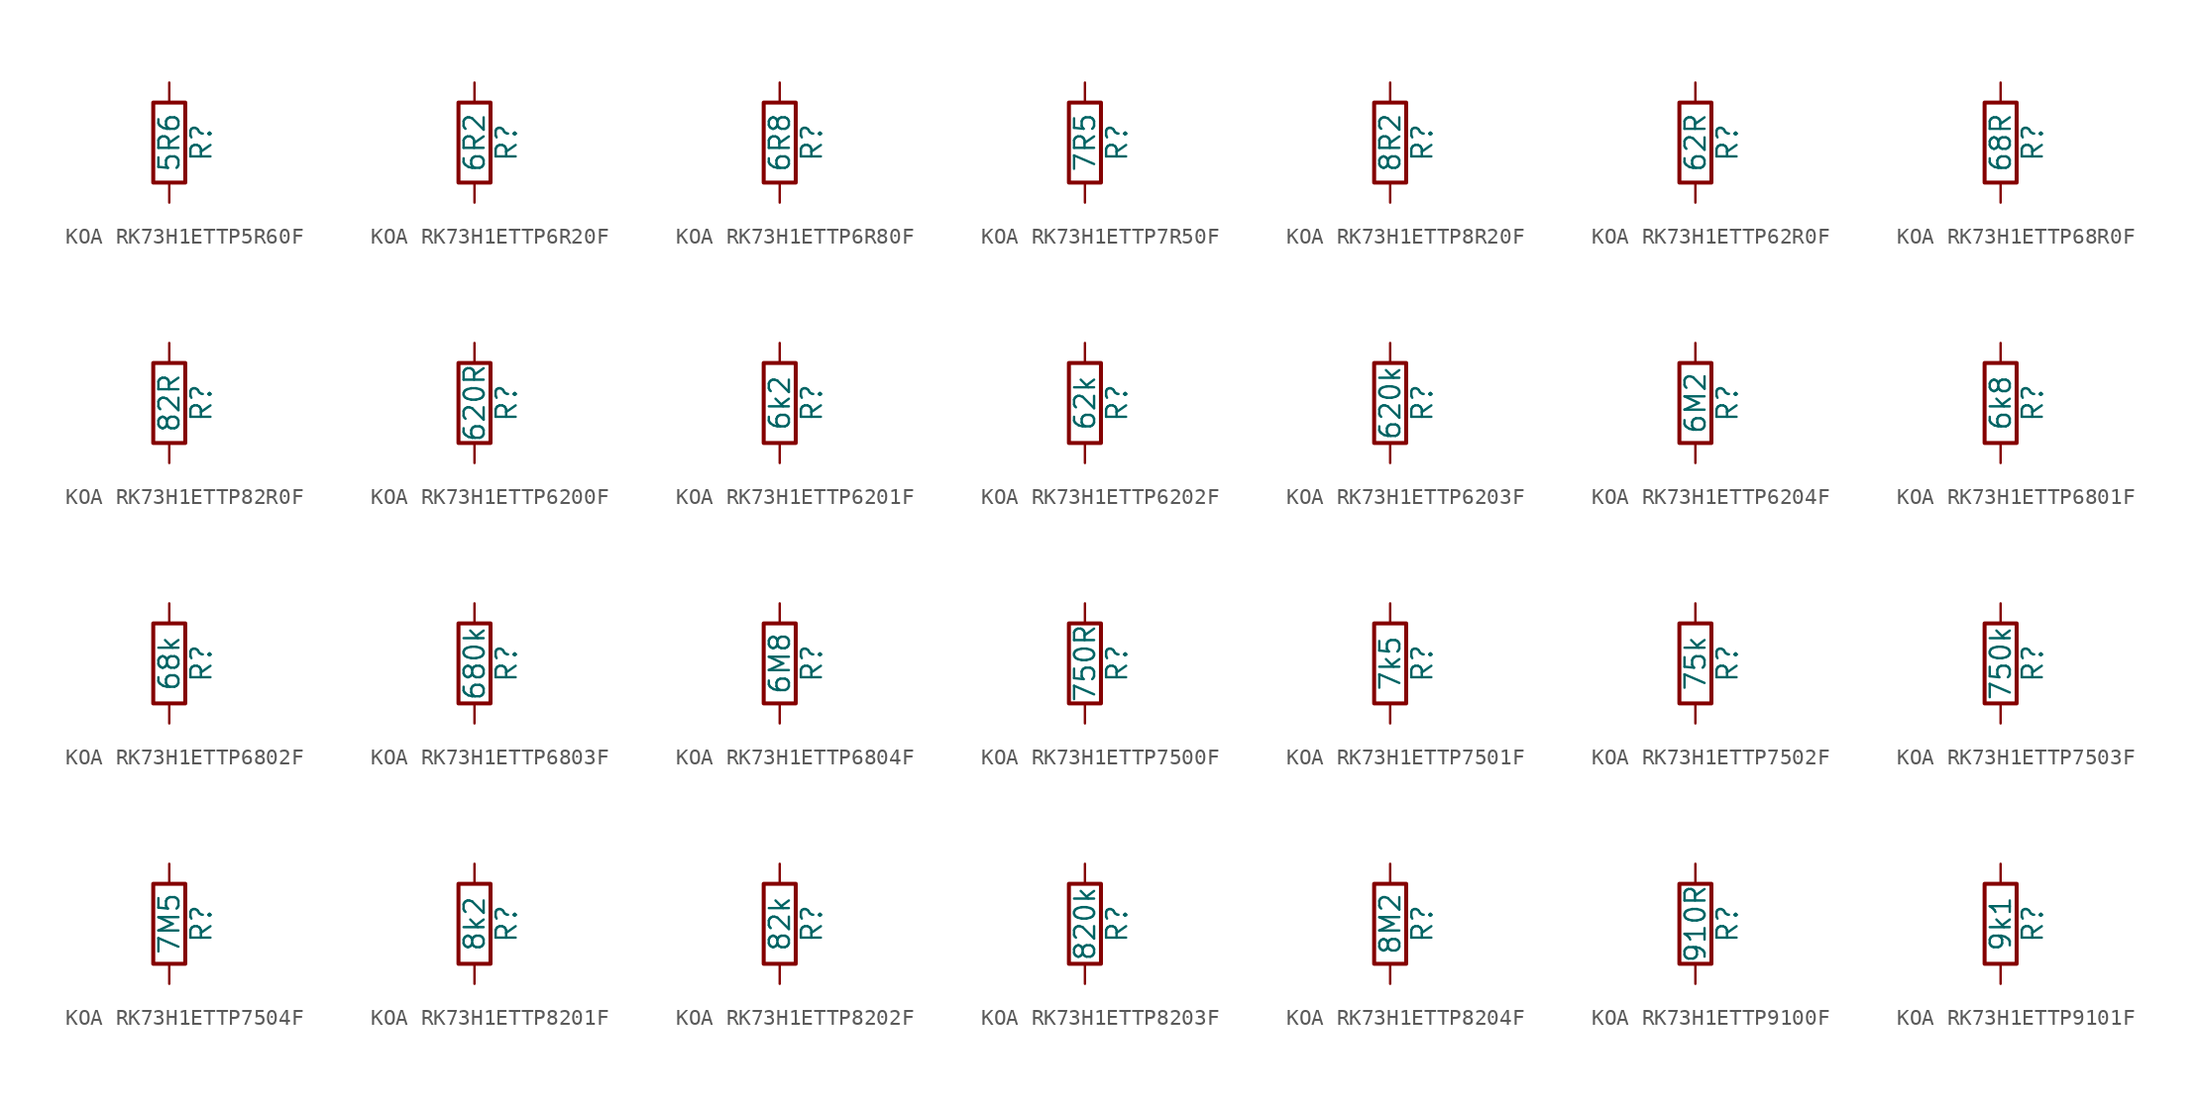
<source format=kicad_sym>
(kicad_symbol_lib
  (version 20220914)
  (generator kicad_symbol_editor)
  (symbol "KOA RK73H1ETTP5R60F"
    (pin_numbers hide)
    (pin_names
      (offset 0))
    (property "Reference" "R"
      (at 2.032 0 90)
      (effects (font (size 1.27 1.27))))
    (property "Value" "5R6"
      (at 0 0 90)
      (effects (font (size 1.27 1.27))))
    (symbol "KOA RK73H1ETTP5R60F_0_1"
      (rectangle (start -1.016 -2.54) (end 1.016 2.54) (stroke (width 0.254) (type default)) (fill (type none))))
    (symbol "KOA RK73H1ETTP5R60F_1_1"
      (pin passive line (at 0 3.81 270) (length 1.27) (name "~" (effects (font (size 1.27 1.27)))) (number "1" (effects (font (size 1.27 1.27)))))
      (pin passive line (at 0 -3.81 90) (length 1.27) (name "~" (effects (font (size 1.27 1.27)))) (number "2" (effects (font (size 1.27 1.27)))))))
  (symbol "KOA RK73H1ETTP6R20F"
    (pin_numbers hide)
    (pin_names
      (offset 0))
    (property "Reference" "R"
      (at 2.032 0 90)
      (effects (font (size 1.27 1.27))))
    (property "Value" "6R2"
      (at 0 0 90)
      (effects (font (size 1.27 1.27))))
    (symbol "KOA RK73H1ETTP6R20F_0_1"
      (rectangle (start -1.016 -2.54) (end 1.016 2.54) (stroke (width 0.254) (type default)) (fill (type none))))
    (symbol "KOA RK73H1ETTP6R20F_1_1"
      (pin passive line (at 0 3.81 270) (length 1.27) (name "~" (effects (font (size 1.27 1.27)))) (number "1" (effects (font (size 1.27 1.27)))))
      (pin passive line (at 0 -3.81 90) (length 1.27) (name "~" (effects (font (size 1.27 1.27)))) (number "2" (effects (font (size 1.27 1.27)))))))
  (symbol "KOA RK73H1ETTP6R80F"
    (pin_numbers hide)
    (pin_names
      (offset 0))
    (property "Reference" "R"
      (at 2.032 0 90)
      (effects (font (size 1.27 1.27))))
    (property "Value" "6R8"
      (at 0 0 90)
      (effects (font (size 1.27 1.27))))
    (symbol "KOA RK73H1ETTP6R80F_0_1"
      (rectangle (start -1.016 -2.54) (end 1.016 2.54) (stroke (width 0.254) (type default)) (fill (type none))))
    (symbol "KOA RK73H1ETTP6R80F_1_1"
      (pin passive line (at 0 3.81 270) (length 1.27) (name "~" (effects (font (size 1.27 1.27)))) (number "1" (effects (font (size 1.27 1.27)))))
      (pin passive line (at 0 -3.81 90) (length 1.27) (name "~" (effects (font (size 1.27 1.27)))) (number "2" (effects (font (size 1.27 1.27)))))))
  (symbol "KOA RK73H1ETTP7R50F"
    (pin_numbers hide)
    (pin_names
      (offset 0))
    (property "Reference" "R"
      (at 2.032 0 90)
      (effects (font (size 1.27 1.27))))
    (property "Value" "7R5"
      (at 0 0 90)
      (effects (font (size 1.27 1.27))))
    (symbol "KOA RK73H1ETTP7R50F_0_1"
      (rectangle (start -1.016 -2.54) (end 1.016 2.54) (stroke (width 0.254) (type default)) (fill (type none))))
    (symbol "KOA RK73H1ETTP7R50F_1_1"
      (pin passive line (at 0 3.81 270) (length 1.27) (name "~" (effects (font (size 1.27 1.27)))) (number "1" (effects (font (size 1.27 1.27)))))
      (pin passive line (at 0 -3.81 90) (length 1.27) (name "~" (effects (font (size 1.27 1.27)))) (number "2" (effects (font (size 1.27 1.27)))))))
  (symbol "KOA RK73H1ETTP8R20F"
    (pin_numbers hide)
    (pin_names
      (offset 0))
    (property "Reference" "R"
      (at 2.032 0 90)
      (effects (font (size 1.27 1.27))))
    (property "Value" "8R2"
      (at 0 0 90)
      (effects (font (size 1.27 1.27))))
    (symbol "KOA RK73H1ETTP8R20F_0_1"
      (rectangle (start -1.016 -2.54) (end 1.016 2.54) (stroke (width 0.254) (type default)) (fill (type none))))
    (symbol "KOA RK73H1ETTP8R20F_1_1"
      (pin passive line (at 0 3.81 270) (length 1.27) (name "~" (effects (font (size 1.27 1.27)))) (number "1" (effects (font (size 1.27 1.27)))))
      (pin passive line (at 0 -3.81 90) (length 1.27) (name "~" (effects (font (size 1.27 1.27)))) (number "2" (effects (font (size 1.27 1.27)))))))
  (symbol "KOA RK73H1ETTP62R0F"
    (pin_numbers hide)
    (pin_names
      (offset 0))
    (property "Reference" "R"
      (at 2.032 0 90)
      (effects (font (size 1.27 1.27))))
    (property "Value" "62R"
      (at 0 0 90)
      (effects (font (size 1.27 1.27))))
    (symbol "KOA RK73H1ETTP62R0F_0_1"
      (rectangle (start -1.016 -2.54) (end 1.016 2.54) (stroke (width 0.254) (type default)) (fill (type none))))
    (symbol "KOA RK73H1ETTP62R0F_1_1"
      (pin passive line (at 0 3.81 270) (length 1.27) (name "~" (effects (font (size 1.27 1.27)))) (number "1" (effects (font (size 1.27 1.27)))))
      (pin passive line (at 0 -3.81 90) (length 1.27) (name "~" (effects (font (size 1.27 1.27)))) (number "2" (effects (font (size 1.27 1.27)))))))
  (symbol "KOA RK73H1ETTP68R0F"
    (pin_numbers hide)
    (pin_names
      (offset 0))
    (property "Reference" "R"
      (at 2.032 0 90)
      (effects (font (size 1.27 1.27))))
    (property "Value" "68R"
      (at 0 0 90)
      (effects (font (size 1.27 1.27))))
    (symbol "KOA RK73H1ETTP68R0F_0_1"
      (rectangle (start -1.016 -2.54) (end 1.016 2.54) (stroke (width 0.254) (type default)) (fill (type none))))
    (symbol "KOA RK73H1ETTP68R0F_1_1"
      (pin passive line (at 0 3.81 270) (length 1.27) (name "~" (effects (font (size 1.27 1.27)))) (number "1" (effects (font (size 1.27 1.27)))))
      (pin passive line (at 0 -3.81 90) (length 1.27) (name "~" (effects (font (size 1.27 1.27)))) (number "2" (effects (font (size 1.27 1.27)))))))
  (symbol "KOA RK73H1ETTP82R0F"
    (pin_numbers hide)
    (pin_names
      (offset 0))
    (property "Reference" "R"
      (at 2.032 0 90)
      (effects (font (size 1.27 1.27))))
    (property "Value" "82R"
      (at 0 0 90)
      (effects (font (size 1.27 1.27))))
    (symbol "KOA RK73H1ETTP82R0F_0_1"
      (rectangle (start -1.016 -2.54) (end 1.016 2.54) (stroke (width 0.254) (type default)) (fill (type none))))
    (symbol "KOA RK73H1ETTP82R0F_1_1"
      (pin passive line (at 0 3.81 270) (length 1.27) (name "~" (effects (font (size 1.27 1.27)))) (number "1" (effects (font (size 1.27 1.27)))))
      (pin passive line (at 0 -3.81 90) (length 1.27) (name "~" (effects (font (size 1.27 1.27)))) (number "2" (effects (font (size 1.27 1.27)))))))
  (symbol "KOA RK73H1ETTP6200F"
    (pin_numbers hide)
    (pin_names
      (offset 0))
    (property "Reference" "R"
      (at 2.032 0 90)
      (effects (font (size 1.27 1.27))))
    (property "Value" "620R"
      (at 0 0 90)
      (effects (font (size 1.27 1.27))))
    (symbol "KOA RK73H1ETTP6200F_0_1"
      (rectangle (start -1.016 -2.54) (end 1.016 2.54) (stroke (width 0.254) (type default)) (fill (type none))))
    (symbol "KOA RK73H1ETTP6200F_1_1"
      (pin passive line (at 0 3.81 270) (length 1.27) (name "~" (effects (font (size 1.27 1.27)))) (number "1" (effects (font (size 1.27 1.27)))))
      (pin passive line (at 0 -3.81 90) (length 1.27) (name "~" (effects (font (size 1.27 1.27)))) (number "2" (effects (font (size 1.27 1.27)))))))
  (symbol "KOA RK73H1ETTP6201F"
    (pin_numbers hide)
    (pin_names
      (offset 0))
    (property "Reference" "R"
      (at 2.032 0 90)
      (effects (font (size 1.27 1.27))))
    (property "Value" "6k2"
      (at 0 0 90)
      (effects (font (size 1.27 1.27))))
    (symbol "KOA RK73H1ETTP6201F_0_1"
      (rectangle (start -1.016 -2.54) (end 1.016 2.54) (stroke (width 0.254) (type default)) (fill (type none))))
    (symbol "KOA RK73H1ETTP6201F_1_1"
      (pin passive line (at 0 3.81 270) (length 1.27) (name "~" (effects (font (size 1.27 1.27)))) (number "1" (effects (font (size 1.27 1.27)))))
      (pin passive line (at 0 -3.81 90) (length 1.27) (name "~" (effects (font (size 1.27 1.27)))) (number "2" (effects (font (size 1.27 1.27)))))))
  (symbol "KOA RK73H1ETTP6202F"
    (pin_numbers hide)
    (pin_names
      (offset 0))
    (property "Reference" "R"
      (at 2.032 0 90)
      (effects (font (size 1.27 1.27))))
    (property "Value" "62k"
      (at 0 0 90)
      (effects (font (size 1.27 1.27))))
    (symbol "KOA RK73H1ETTP6202F_0_1"
      (rectangle (start -1.016 -2.54) (end 1.016 2.54) (stroke (width 0.254) (type default)) (fill (type none))))
    (symbol "KOA RK73H1ETTP6202F_1_1"
      (pin passive line (at 0 3.81 270) (length 1.27) (name "~" (effects (font (size 1.27 1.27)))) (number "1" (effects (font (size 1.27 1.27)))))
      (pin passive line (at 0 -3.81 90) (length 1.27) (name "~" (effects (font (size 1.27 1.27)))) (number "2" (effects (font (size 1.27 1.27)))))))
  (symbol "KOA RK73H1ETTP6203F"
    (pin_numbers hide)
    (pin_names
      (offset 0))
    (property "Reference" "R"
      (at 2.032 0 90)
      (effects (font (size 1.27 1.27))))
    (property "Value" "620k"
      (at 0 0 90)
      (effects (font (size 1.27 1.27))))
    (symbol "KOA RK73H1ETTP6203F_0_1"
      (rectangle (start -1.016 -2.54) (end 1.016 2.54) (stroke (width 0.254) (type default)) (fill (type none))))
    (symbol "KOA RK73H1ETTP6203F_1_1"
      (pin passive line (at 0 3.81 270) (length 1.27) (name "~" (effects (font (size 1.27 1.27)))) (number "1" (effects (font (size 1.27 1.27)))))
      (pin passive line (at 0 -3.81 90) (length 1.27) (name "~" (effects (font (size 1.27 1.27)))) (number "2" (effects (font (size 1.27 1.27)))))))
  (symbol "KOA RK73H1ETTP6204F"
    (pin_numbers hide)
    (pin_names
      (offset 0))
    (property "Reference" "R"
      (at 2.032 0 90)
      (effects (font (size 1.27 1.27))))
    (property "Value" "6M2"
      (at 0 0 90)
      (effects (font (size 1.27 1.27))))
    (symbol "KOA RK73H1ETTP6204F_0_1"
      (rectangle (start -1.016 -2.54) (end 1.016 2.54) (stroke (width 0.254) (type default)) (fill (type none))))
    (symbol "KOA RK73H1ETTP6204F_1_1"
      (pin passive line (at 0 3.81 270) (length 1.27) (name "~" (effects (font (size 1.27 1.27)))) (number "1" (effects (font (size 1.27 1.27)))))
      (pin passive line (at 0 -3.81 90) (length 1.27) (name "~" (effects (font (size 1.27 1.27)))) (number "2" (effects (font (size 1.27 1.27)))))))
  (symbol "KOA RK73H1ETTP6801F"
    (pin_numbers hide)
    (pin_names
      (offset 0))
    (property "Reference" "R"
      (at 2.032 0 90)
      (effects (font (size 1.27 1.27))))
    (property "Value" "6k8"
      (at 0 0 90)
      (effects (font (size 1.27 1.27))))
    (symbol "KOA RK73H1ETTP6801F_0_1"
      (rectangle (start -1.016 -2.54) (end 1.016 2.54) (stroke (width 0.254) (type default)) (fill (type none))))
    (symbol "KOA RK73H1ETTP6801F_1_1"
      (pin passive line (at 0 3.81 270) (length 1.27) (name "~" (effects (font (size 1.27 1.27)))) (number "1" (effects (font (size 1.27 1.27)))))
      (pin passive line (at 0 -3.81 90) (length 1.27) (name "~" (effects (font (size 1.27 1.27)))) (number "2" (effects (font (size 1.27 1.27)))))))
  (symbol "KOA RK73H1ETTP6802F"
    (pin_numbers hide)
    (pin_names
      (offset 0))
    (property "Reference" "R"
      (at 2.032 0 90)
      (effects (font (size 1.27 1.27))))
    (property "Value" "68k"
      (at 0 0 90)
      (effects (font (size 1.27 1.27))))
    (symbol "KOA RK73H1ETTP6802F_0_1"
      (rectangle (start -1.016 -2.54) (end 1.016 2.54) (stroke (width 0.254) (type default)) (fill (type none))))
    (symbol "KOA RK73H1ETTP6802F_1_1"
      (pin passive line (at 0 3.81 270) (length 1.27) (name "~" (effects (font (size 1.27 1.27)))) (number "1" (effects (font (size 1.27 1.27)))))
      (pin passive line (at 0 -3.81 90) (length 1.27) (name "~" (effects (font (size 1.27 1.27)))) (number "2" (effects (font (size 1.27 1.27)))))))
  (symbol "KOA RK73H1ETTP6803F"
    (pin_numbers hide)
    (pin_names
      (offset 0))
    (property "Reference" "R"
      (at 2.032 0 90)
      (effects (font (size 1.27 1.27))))
    (property "Value" "680k"
      (at 0 0 90)
      (effects (font (size 1.27 1.27))))
    (symbol "KOA RK73H1ETTP6803F_0_1"
      (rectangle (start -1.016 -2.54) (end 1.016 2.54) (stroke (width 0.254) (type default)) (fill (type none))))
    (symbol "KOA RK73H1ETTP6803F_1_1"
      (pin passive line (at 0 3.81 270) (length 1.27) (name "~" (effects (font (size 1.27 1.27)))) (number "1" (effects (font (size 1.27 1.27)))))
      (pin passive line (at 0 -3.81 90) (length 1.27) (name "~" (effects (font (size 1.27 1.27)))) (number "2" (effects (font (size 1.27 1.27)))))))
  (symbol "KOA RK73H1ETTP6804F"
    (pin_numbers hide)
    (pin_names
      (offset 0))
    (property "Reference" "R"
      (at 2.032 0 90)
      (effects (font (size 1.27 1.27))))
    (property "Value" "6M8"
      (at 0 0 90)
      (effects (font (size 1.27 1.27))))
    (symbol "KOA RK73H1ETTP6804F_0_1"
      (rectangle (start -1.016 -2.54) (end 1.016 2.54) (stroke (width 0.254) (type default)) (fill (type none))))
    (symbol "KOA RK73H1ETTP6804F_1_1"
      (pin passive line (at 0 3.81 270) (length 1.27) (name "~" (effects (font (size 1.27 1.27)))) (number "1" (effects (font (size 1.27 1.27)))))
      (pin passive line (at 0 -3.81 90) (length 1.27) (name "~" (effects (font (size 1.27 1.27)))) (number "2" (effects (font (size 1.27 1.27)))))))
  (symbol "KOA RK73H1ETTP7500F"
    (pin_numbers hide)
    (pin_names
      (offset 0))
    (property "Reference" "R"
      (at 2.032 0 90)
      (effects (font (size 1.27 1.27))))
    (property "Value" "750R"
      (at 0 0 90)
      (effects (font (size 1.27 1.27))))
    (symbol "KOA RK73H1ETTP7500F_0_1"
      (rectangle (start -1.016 -2.54) (end 1.016 2.54) (stroke (width 0.254) (type default)) (fill (type none))))
    (symbol "KOA RK73H1ETTP7500F_1_1"
      (pin passive line (at 0 3.81 270) (length 1.27) (name "~" (effects (font (size 1.27 1.27)))) (number "1" (effects (font (size 1.27 1.27)))))
      (pin passive line (at 0 -3.81 90) (length 1.27) (name "~" (effects (font (size 1.27 1.27)))) (number "2" (effects (font (size 1.27 1.27)))))))
  (symbol "KOA RK73H1ETTP7501F"
    (pin_numbers hide)
    (pin_names
      (offset 0))
    (property "Reference" "R"
      (at 2.032 0 90)
      (effects (font (size 1.27 1.27))))
    (property "Value" "7k5"
      (at 0 0 90)
      (effects (font (size 1.27 1.27))))
    (symbol "KOA RK73H1ETTP7501F_0_1"
      (rectangle (start -1.016 -2.54) (end 1.016 2.54) (stroke (width 0.254) (type default)) (fill (type none))))
    (symbol "KOA RK73H1ETTP7501F_1_1"
      (pin passive line (at 0 3.81 270) (length 1.27) (name "~" (effects (font (size 1.27 1.27)))) (number "1" (effects (font (size 1.27 1.27)))))
      (pin passive line (at 0 -3.81 90) (length 1.27) (name "~" (effects (font (size 1.27 1.27)))) (number "2" (effects (font (size 1.27 1.27)))))))
  (symbol "KOA RK73H1ETTP7502F"
    (pin_numbers hide)
    (pin_names
      (offset 0))
    (property "Reference" "R"
      (at 2.032 0 90)
      (effects (font (size 1.27 1.27))))
    (property "Value" "75k"
      (at 0 0 90)
      (effects (font (size 1.27 1.27))))
    (symbol "KOA RK73H1ETTP7502F_0_1"
      (rectangle (start -1.016 -2.54) (end 1.016 2.54) (stroke (width 0.254) (type default)) (fill (type none))))
    (symbol "KOA RK73H1ETTP7502F_1_1"
      (pin passive line (at 0 3.81 270) (length 1.27) (name "~" (effects (font (size 1.27 1.27)))) (number "1" (effects (font (size 1.27 1.27)))))
      (pin passive line (at 0 -3.81 90) (length 1.27) (name "~" (effects (font (size 1.27 1.27)))) (number "2" (effects (font (size 1.27 1.27)))))))
  (symbol "KOA RK73H1ETTP7503F"
    (pin_numbers hide)
    (pin_names
      (offset 0))
    (property "Reference" "R"
      (at 2.032 0 90)
      (effects (font (size 1.27 1.27))))
    (property "Value" "750k"
      (at 0 0 90)
      (effects (font (size 1.27 1.27))))
    (symbol "KOA RK73H1ETTP7503F_0_1"
      (rectangle (start -1.016 -2.54) (end 1.016 2.54) (stroke (width 0.254) (type default)) (fill (type none))))
    (symbol "KOA RK73H1ETTP7503F_1_1"
      (pin passive line (at 0 3.81 270) (length 1.27) (name "~" (effects (font (size 1.27 1.27)))) (number "1" (effects (font (size 1.27 1.27)))))
      (pin passive line (at 0 -3.81 90) (length 1.27) (name "~" (effects (font (size 1.27 1.27)))) (number "2" (effects (font (size 1.27 1.27)))))))
  (symbol "KOA RK73H1ETTP7504F"
    (pin_numbers hide)
    (pin_names
      (offset 0))
    (property "Reference" "R"
      (at 2.032 0 90)
      (effects (font (size 1.27 1.27))))
    (property "Value" "7M5"
      (at 0 0 90)
      (effects (font (size 1.27 1.27))))
    (symbol "KOA RK73H1ETTP7504F_0_1"
      (rectangle (start -1.016 -2.54) (end 1.016 2.54) (stroke (width 0.254) (type default)) (fill (type none))))
    (symbol "KOA RK73H1ETTP7504F_1_1"
      (pin passive line (at 0 3.81 270) (length 1.27) (name "~" (effects (font (size 1.27 1.27)))) (number "1" (effects (font (size 1.27 1.27)))))
      (pin passive line (at 0 -3.81 90) (length 1.27) (name "~" (effects (font (size 1.27 1.27)))) (number "2" (effects (font (size 1.27 1.27)))))))
  (symbol "KOA RK73H1ETTP8201F"
    (pin_numbers hide)
    (pin_names
      (offset 0))
    (property "Reference" "R"
      (at 2.032 0 90)
      (effects (font (size 1.27 1.27))))
    (property "Value" "8k2"
      (at 0 0 90)
      (effects (font (size 1.27 1.27))))
    (symbol "KOA RK73H1ETTP8201F_0_1"
      (rectangle (start -1.016 -2.54) (end 1.016 2.54) (stroke (width 0.254) (type default)) (fill (type none))))
    (symbol "KOA RK73H1ETTP8201F_1_1"
      (pin passive line (at 0 3.81 270) (length 1.27) (name "~" (effects (font (size 1.27 1.27)))) (number "1" (effects (font (size 1.27 1.27)))))
      (pin passive line (at 0 -3.81 90) (length 1.27) (name "~" (effects (font (size 1.27 1.27)))) (number "2" (effects (font (size 1.27 1.27)))))))
  (symbol "KOA RK73H1ETTP8202F"
    (pin_numbers hide)
    (pin_names
      (offset 0))
    (property "Reference" "R"
      (at 2.032 0 90)
      (effects (font (size 1.27 1.27))))
    (property "Value" "82k"
      (at 0 0 90)
      (effects (font (size 1.27 1.27))))
    (symbol "KOA RK73H1ETTP8202F_0_1"
      (rectangle (start -1.016 -2.54) (end 1.016 2.54) (stroke (width 0.254) (type default)) (fill (type none))))
    (symbol "KOA RK73H1ETTP8202F_1_1"
      (pin passive line (at 0 3.81 270) (length 1.27) (name "~" (effects (font (size 1.27 1.27)))) (number "1" (effects (font (size 1.27 1.27)))))
      (pin passive line (at 0 -3.81 90) (length 1.27) (name "~" (effects (font (size 1.27 1.27)))) (number "2" (effects (font (size 1.27 1.27)))))))
  (symbol "KOA RK73H1ETTP8203F"
    (pin_numbers hide)
    (pin_names
      (offset 0))
    (property "Reference" "R"
      (at 2.032 0 90)
      (effects (font (size 1.27 1.27))))
    (property "Value" "820k"
      (at 0 0 90)
      (effects (font (size 1.27 1.27))))
    (symbol "KOA RK73H1ETTP8203F_0_1"
      (rectangle (start -1.016 -2.54) (end 1.016 2.54) (stroke (width 0.254) (type default)) (fill (type none))))
    (symbol "KOA RK73H1ETTP8203F_1_1"
      (pin passive line (at 0 3.81 270) (length 1.27) (name "~" (effects (font (size 1.27 1.27)))) (number "1" (effects (font (size 1.27 1.27)))))
      (pin passive line (at 0 -3.81 90) (length 1.27) (name "~" (effects (font (size 1.27 1.27)))) (number "2" (effects (font (size 1.27 1.27)))))))
  (symbol "KOA RK73H1ETTP8204F"
    (pin_numbers hide)
    (pin_names
      (offset 0))
    (property "Reference" "R"
      (at 2.032 0 90)
      (effects (font (size 1.27 1.27))))
    (property "Value" "8M2"
      (at 0 0 90)
      (effects (font (size 1.27 1.27))))
    (symbol "KOA RK73H1ETTP8204F_0_1"
      (rectangle (start -1.016 -2.54) (end 1.016 2.54) (stroke (width 0.254) (type default)) (fill (type none))))
    (symbol "KOA RK73H1ETTP8204F_1_1"
      (pin passive line (at 0 3.81 270) (length 1.27) (name "~" (effects (font (size 1.27 1.27)))) (number "1" (effects (font (size 1.27 1.27)))))
      (pin passive line (at 0 -3.81 90) (length 1.27) (name "~" (effects (font (size 1.27 1.27)))) (number "2" (effects (font (size 1.27 1.27)))))))
  (symbol "KOA RK73H1ETTP9100F"
    (pin_numbers hide)
    (pin_names
      (offset 0))
    (property "Reference" "R"
      (at 2.032 0 90)
      (effects (font (size 1.27 1.27))))
    (property "Value" "910R"
      (at 0 0 90)
      (effects (font (size 1.27 1.27))))
    (symbol "KOA RK73H1ETTP9100F_0_1"
      (rectangle (start -1.016 -2.54) (end 1.016 2.54) (stroke (width 0.254) (type default)) (fill (type none))))
    (symbol "KOA RK73H1ETTP9100F_1_1"
      (pin passive line (at 0 3.81 270) (length 1.27) (name "~" (effects (font (size 1.27 1.27)))) (number "1" (effects (font (size 1.27 1.27)))))
      (pin passive line (at 0 -3.81 90) (length 1.27) (name "~" (effects (font (size 1.27 1.27)))) (number "2" (effects (font (size 1.27 1.27)))))))
  (symbol "KOA RK73H1ETTP9101F"
    (pin_numbers hide)
    (pin_names
      (offset 0))
    (property "Reference" "R"
      (at 2.032 0 90)
      (effects (font (size 1.27 1.27))))
    (property "Value" "9k1"
      (at 0 0 90)
      (effects (font (size 1.27 1.27))))
    (symbol "KOA RK73H1ETTP9101F_0_1"
      (rectangle (start -1.016 -2.54) (end 1.016 2.54) (stroke (width 0.254) (type default)) (fill (type none))))
    (symbol "KOA RK73H1ETTP9101F_1_1"
      (pin passive line (at 0 3.81 270) (length 1.27) (name "~" (effects (font (size 1.27 1.27)))) (number "1" (effects (font (size 1.27 1.27)))))
      (pin passive line (at 0 -3.81 90) (length 1.27) (name "~" (effects (font (size 1.27 1.27)))) (number "2" (effects (font (size 1.27 1.27))))))))
</source>
